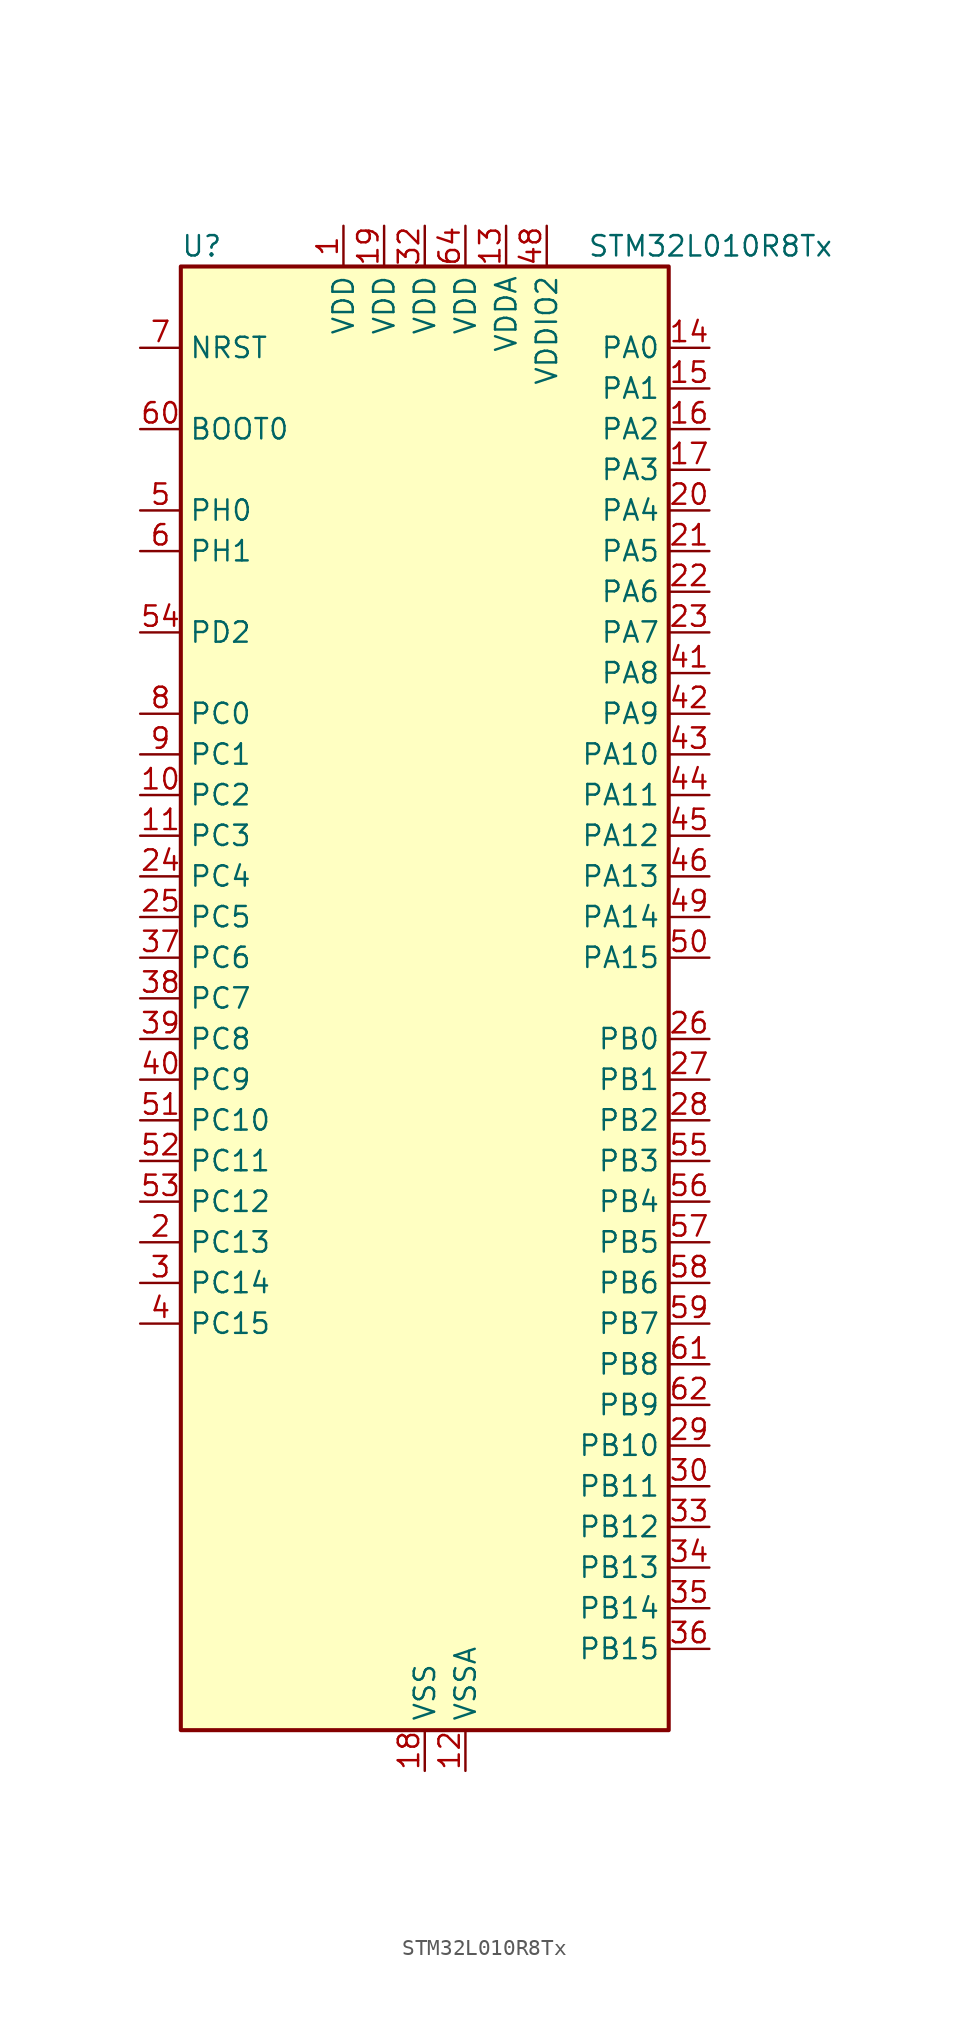
<source format=kicad_sym>
(kicad_symbol_lib
  (version 20241209)
  (generator "kicad_symbol_editor")
  (generator_version "9.0")
  (symbol "STM32L010R8Tx"
    (property "Reference" "U"
      (at -15.24 46.99 0)
      (effects (font (size 1.27 1.27)) (justify left)))
    (property "Value" "STM32L010R8Tx"
      (at 10.16 46.99 0)
      (effects (font (size 1.27 1.27)) (justify left)))
    (symbol "STM32L010R8Tx_0_1"
      (rectangle (start -15.24 -45.72) (end 15.24 45.72) (stroke (width 0.254) (type default)) (fill (type background))))
    (symbol "STM32L010R8Tx_1_1"
      (pin input line (at -17.78 40.64 0) (length 2.54) (name "NRST" (effects (font (size 1.27 1.27)))) (number "7" (effects (font (size 1.27 1.27)))))
      (pin input line (at -17.78 35.56 0) (length 2.54) (name "BOOT0" (effects (font (size 1.27 1.27)))) (number "60" (effects (font (size 1.27 1.27)))))
      (pin bidirectional line (at -17.78 30.48 0) (length 2.54) (name "PH0" (effects (font (size 1.27 1.27)))) (number "5" (effects (font (size 1.27 1.27)))) (alternate "RCC_OSC_IN" bidirectional line))
      (pin bidirectional line (at -17.78 27.94 0) (length 2.54) (name "PH1" (effects (font (size 1.27 1.27)))) (number "6" (effects (font (size 1.27 1.27)))) (alternate "RCC_OSC_OUT" bidirectional line))
      (pin bidirectional line (at -17.78 22.86 0) (length 2.54) (name "PD2" (effects (font (size 1.27 1.27)))) (number "54" (effects (font (size 1.27 1.27)))) (alternate "LPUART1_DE" bidirectional line) (alternate "LPUART1_RTS" bidirectional line))
      (pin bidirectional line (at -17.78 17.78 0) (length 2.54) (name "PC0" (effects (font (size 1.27 1.27)))) (number "8" (effects (font (size 1.27 1.27)))) (alternate "ADC_IN10" bidirectional line) (alternate "LPTIM1_IN1" bidirectional line))
      (pin bidirectional line (at -17.78 15.24 0) (length 2.54) (name "PC1" (effects (font (size 1.27 1.27)))) (number "9" (effects (font (size 1.27 1.27)))) (alternate "ADC_IN11" bidirectional line) (alternate "LPTIM1_OUT" bidirectional line))
      (pin bidirectional line (at -17.78 12.7 0) (length 2.54) (name "PC2" (effects (font (size 1.27 1.27)))) (number "10" (effects (font (size 1.27 1.27)))) (alternate "ADC_IN12" bidirectional line) (alternate "LPTIM1_IN2" bidirectional line))
      (pin bidirectional line (at -17.78 10.16 0) (length 2.54) (name "PC3" (effects (font (size 1.27 1.27)))) (number "11" (effects (font (size 1.27 1.27)))) (alternate "ADC_IN13" bidirectional line) (alternate "LPTIM1_ETR" bidirectional line))
      (pin bidirectional line (at -17.78 7.62 0) (length 2.54) (name "PC4" (effects (font (size 1.27 1.27)))) (number "24" (effects (font (size 1.27 1.27)))) (alternate "ADC_IN14" bidirectional line) (alternate "LPUART1_TX" bidirectional line))
      (pin bidirectional line (at -17.78 5.08 0) (length 2.54) (name "PC5" (effects (font (size 1.27 1.27)))) (number "25" (effects (font (size 1.27 1.27)))) (alternate "ADC_IN15" bidirectional line) (alternate "LPUART1_RX" bidirectional line))
      (pin bidirectional line (at -17.78 2.54 0) (length 2.54) (name "PC6" (effects (font (size 1.27 1.27)))) (number "37" (effects (font (size 1.27 1.27)))))
      (pin bidirectional line (at -17.78 0 0) (length 2.54) (name "PC7" (effects (font (size 1.27 1.27)))) (number "38" (effects (font (size 1.27 1.27)))))
      (pin bidirectional line (at -17.78 -2.54 0) (length 2.54) (name "PC8" (effects (font (size 1.27 1.27)))) (number "39" (effects (font (size 1.27 1.27)))))
      (pin bidirectional line (at -17.78 -5.08 0) (length 2.54) (name "PC9" (effects (font (size 1.27 1.27)))) (number "40" (effects (font (size 1.27 1.27)))) (alternate "TIM21_ETR" bidirectional line))
      (pin bidirectional line (at -17.78 -7.62 0) (length 2.54) (name "PC10" (effects (font (size 1.27 1.27)))) (number "51" (effects (font (size 1.27 1.27)))) (alternate "LPUART1_TX" bidirectional line))
      (pin bidirectional line (at -17.78 -10.16 0) (length 2.54) (name "PC11" (effects (font (size 1.27 1.27)))) (number "52" (effects (font (size 1.27 1.27)))) (alternate "ADC_EXTI11" bidirectional line) (alternate "LPUART1_RX" bidirectional line))
      (pin bidirectional line (at -17.78 -12.7 0) (length 2.54) (name "PC12" (effects (font (size 1.27 1.27)))) (number "53" (effects (font (size 1.27 1.27)))))
      (pin bidirectional line (at -17.78 -15.24 0) (length 2.54) (name "PC13" (effects (font (size 1.27 1.27)))) (number "2" (effects (font (size 1.27 1.27)))) (alternate "RTC_OUT_ALARM" bidirectional line) (alternate "RTC_OUT_CALIB" bidirectional line) (alternate "RTC_TAMP1" bidirectional line) (alternate "RTC_TS" bidirectional line) (alternate "SYS_WKUP2" bidirectional line))
      (pin bidirectional line (at -17.78 -17.78 0) (length 2.54) (name "PC14" (effects (font (size 1.27 1.27)))) (number "3" (effects (font (size 1.27 1.27)))) (alternate "RCC_OSC32_IN" bidirectional line))
      (pin bidirectional line (at -17.78 -20.32 0) (length 2.54) (name "PC15" (effects (font (size 1.27 1.27)))) (number "4" (effects (font (size 1.27 1.27)))) (alternate "RCC_OSC32_OUT" bidirectional line))
      (pin power_in line (at -5.08 48.26 270) (length 2.54) (name "VDD" (effects (font (size 1.27 1.27)))) (number "1" (effects (font (size 1.27 1.27)))))
      (pin power_in line (at -2.54 48.26 270) (length 2.54) (name "VDD" (effects (font (size 1.27 1.27)))) (number "19" (effects (font (size 1.27 1.27)))))
      (pin power_in line (at 0 48.26 270) (length 2.54) (name "VDD" (effects (font (size 1.27 1.27)))) (number "32" (effects (font (size 1.27 1.27)))))
      (pin power_in line (at 0 -48.26 90) (length 2.54) (name "VSS" (effects (font (size 1.27 1.27)))) (number "18" (effects (font (size 1.27 1.27)))))
      (pin passive line (at 0 -48.26 90) (length 2.54) (hide yes) (name "VSS" (effects (font (size 1.27 1.27)))) (number "31" (effects (font (size 1.27 1.27)))))
      (pin passive line (at 0 -48.26 90) (length 2.54) (hide yes) (name "VSS" (effects (font (size 1.27 1.27)))) (number "47" (effects (font (size 1.27 1.27)))))
      (pin passive line (at 0 -48.26 90) (length 2.54) (hide yes) (name "VSS" (effects (font (size 1.27 1.27)))) (number "63" (effects (font (size 1.27 1.27)))))
      (pin power_in line (at 2.54 48.26 270) (length 2.54) (name "VDD" (effects (font (size 1.27 1.27)))) (number "64" (effects (font (size 1.27 1.27)))))
      (pin power_in line (at 2.54 -48.26 90) (length 2.54) (name "VSSA" (effects (font (size 1.27 1.27)))) (number "12" (effects (font (size 1.27 1.27)))))
      (pin power_in line (at 5.08 48.26 270) (length 2.54) (name "VDDA" (effects (font (size 1.27 1.27)))) (number "13" (effects (font (size 1.27 1.27)))))
      (pin power_in line (at 7.62 48.26 270) (length 2.54) (name "VDDIO2" (effects (font (size 1.27 1.27)))) (number "48" (effects (font (size 1.27 1.27)))))
      (pin bidirectional line (at 17.78 40.64 180) (length 2.54) (name "PA0" (effects (font (size 1.27 1.27)))) (number "14" (effects (font (size 1.27 1.27)))) (alternate "ADC_IN0" bidirectional line) (alternate "RTC_TAMP2" bidirectional line) (alternate "SYS_WKUP1" bidirectional line) (alternate "TIM2_CH1" bidirectional line) (alternate "TIM2_ETR" bidirectional line) (alternate "USART2_CTS" bidirectional line))
      (pin bidirectional line (at 17.78 38.1 180) (length 2.54) (name "PA1" (effects (font (size 1.27 1.27)))) (number "15" (effects (font (size 1.27 1.27)))) (alternate "ADC_IN1" bidirectional line) (alternate "TIM21_ETR" bidirectional line) (alternate "TIM2_CH2" bidirectional line) (alternate "USART2_DE" bidirectional line) (alternate "USART2_RTS" bidirectional line))
      (pin bidirectional line (at 17.78 35.56 180) (length 2.54) (name "PA2" (effects (font (size 1.27 1.27)))) (number "16" (effects (font (size 1.27 1.27)))) (alternate "ADC_IN2" bidirectional line) (alternate "TIM21_CH1" bidirectional line) (alternate "TIM2_CH3" bidirectional line) (alternate "USART2_TX" bidirectional line))
      (pin bidirectional line (at 17.78 33.02 180) (length 2.54) (name "PA3" (effects (font (size 1.27 1.27)))) (number "17" (effects (font (size 1.27 1.27)))) (alternate "ADC_IN3" bidirectional line) (alternate "TIM21_CH2" bidirectional line) (alternate "TIM2_CH4" bidirectional line) (alternate "USART2_RX" bidirectional line))
      (pin bidirectional line (at 17.78 30.48 180) (length 2.54) (name "PA4" (effects (font (size 1.27 1.27)))) (number "20" (effects (font (size 1.27 1.27)))) (alternate "ADC_IN4" bidirectional line) (alternate "SPI1_NSS" bidirectional line) (alternate "USART2_CK" bidirectional line))
      (pin bidirectional line (at 17.78 27.94 180) (length 2.54) (name "PA5" (effects (font (size 1.27 1.27)))) (number "21" (effects (font (size 1.27 1.27)))) (alternate "ADC_IN5" bidirectional line) (alternate "SPI1_SCK" bidirectional line) (alternate "TIM2_CH1" bidirectional line) (alternate "TIM2_ETR" bidirectional line))
      (pin bidirectional line (at 17.78 25.4 180) (length 2.54) (name "PA6" (effects (font (size 1.27 1.27)))) (number "22" (effects (font (size 1.27 1.27)))) (alternate "ADC_IN6" bidirectional line) (alternate "LPUART1_CTS" bidirectional line) (alternate "SPI1_MISO" bidirectional line))
      (pin bidirectional line (at 17.78 22.86 180) (length 2.54) (name "PA7" (effects (font (size 1.27 1.27)))) (number "23" (effects (font (size 1.27 1.27)))) (alternate "ADC_IN7" bidirectional line) (alternate "SPI1_MOSI" bidirectional line))
      (pin bidirectional line (at 17.78 20.32 180) (length 2.54) (name "PA8" (effects (font (size 1.27 1.27)))) (number "41" (effects (font (size 1.27 1.27)))) (alternate "RCC_MCO" bidirectional line))
      (pin bidirectional line (at 17.78 17.78 180) (length 2.54) (name "PA9" (effects (font (size 1.27 1.27)))) (number "42" (effects (font (size 1.27 1.27)))) (alternate "RCC_MCO" bidirectional line))
      (pin bidirectional line (at 17.78 15.24 180) (length 2.54) (name "PA10" (effects (font (size 1.27 1.27)))) (number "43" (effects (font (size 1.27 1.27)))))
      (pin bidirectional line (at 17.78 12.7 180) (length 2.54) (name "PA11" (effects (font (size 1.27 1.27)))) (number "44" (effects (font (size 1.27 1.27)))) (alternate "ADC_EXTI11" bidirectional line) (alternate "SPI1_MISO" bidirectional line))
      (pin bidirectional line (at 17.78 10.16 180) (length 2.54) (name "PA12" (effects (font (size 1.27 1.27)))) (number "45" (effects (font (size 1.27 1.27)))) (alternate "SPI1_MOSI" bidirectional line))
      (pin bidirectional line (at 17.78 7.62 180) (length 2.54) (name "PA13" (effects (font (size 1.27 1.27)))) (number "46" (effects (font (size 1.27 1.27)))) (alternate "SYS_SWDIO" bidirectional line))
      (pin bidirectional line (at 17.78 5.08 180) (length 2.54) (name "PA14" (effects (font (size 1.27 1.27)))) (number "49" (effects (font (size 1.27 1.27)))) (alternate "SYS_SWCLK" bidirectional line) (alternate "USART2_TX" bidirectional line))
      (pin bidirectional line (at 17.78 2.54 180) (length 2.54) (name "PA15" (effects (font (size 1.27 1.27)))) (number "50" (effects (font (size 1.27 1.27)))) (alternate "SPI1_NSS" bidirectional line) (alternate "TIM2_CH1" bidirectional line) (alternate "TIM2_ETR" bidirectional line) (alternate "USART2_RX" bidirectional line))
      (pin bidirectional line (at 17.78 -2.54 180) (length 2.54) (name "PB0" (effects (font (size 1.27 1.27)))) (number "26" (effects (font (size 1.27 1.27)))) (alternate "ADC_IN8" bidirectional line) (alternate "SYS_VREF_OUT_PB0" bidirectional line))
      (pin bidirectional line (at 17.78 -5.08 180) (length 2.54) (name "PB1" (effects (font (size 1.27 1.27)))) (number "27" (effects (font (size 1.27 1.27)))) (alternate "ADC_IN9" bidirectional line) (alternate "LPUART1_DE" bidirectional line) (alternate "LPUART1_RTS" bidirectional line) (alternate "SYS_VREF_OUT_PB1" bidirectional line))
      (pin bidirectional line (at 17.78 -7.62 180) (length 2.54) (name "PB2" (effects (font (size 1.27 1.27)))) (number "28" (effects (font (size 1.27 1.27)))) (alternate "LPTIM1_OUT" bidirectional line))
      (pin bidirectional line (at 17.78 -10.16 180) (length 2.54) (name "PB3" (effects (font (size 1.27 1.27)))) (number "55" (effects (font (size 1.27 1.27)))) (alternate "SPI1_SCK" bidirectional line) (alternate "TIM2_CH2" bidirectional line))
      (pin bidirectional line (at 17.78 -12.7 180) (length 2.54) (name "PB4" (effects (font (size 1.27 1.27)))) (number "56" (effects (font (size 1.27 1.27)))) (alternate "SPI1_MISO" bidirectional line))
      (pin bidirectional line (at 17.78 -15.24 180) (length 2.54) (name "PB5" (effects (font (size 1.27 1.27)))) (number "57" (effects (font (size 1.27 1.27)))) (alternate "I2C1_SMBA" bidirectional line) (alternate "LPTIM1_IN1" bidirectional line) (alternate "SPI1_MOSI" bidirectional line))
      (pin bidirectional line (at 17.78 -17.78 180) (length 2.54) (name "PB6" (effects (font (size 1.27 1.27)))) (number "58" (effects (font (size 1.27 1.27)))) (alternate "I2C1_SCL" bidirectional line) (alternate "LPTIM1_ETR" bidirectional line))
      (pin bidirectional line (at 17.78 -20.32 180) (length 2.54) (name "PB7" (effects (font (size 1.27 1.27)))) (number "59" (effects (font (size 1.27 1.27)))) (alternate "I2C1_SDA" bidirectional line) (alternate "LPTIM1_IN2" bidirectional line) (alternate "SYS_PVD_IN" bidirectional line))
      (pin bidirectional line (at 17.78 -22.86 180) (length 2.54) (name "PB8" (effects (font (size 1.27 1.27)))) (number "61" (effects (font (size 1.27 1.27)))) (alternate "I2C1_SCL" bidirectional line))
      (pin bidirectional line (at 17.78 -25.4 180) (length 2.54) (name "PB9" (effects (font (size 1.27 1.27)))) (number "62" (effects (font (size 1.27 1.27)))) (alternate "I2C1_SDA" bidirectional line))
      (pin bidirectional line (at 17.78 -27.94 180) (length 2.54) (name "PB10" (effects (font (size 1.27 1.27)))) (number "29" (effects (font (size 1.27 1.27)))) (alternate "LPUART1_TX" bidirectional line) (alternate "TIM2_CH3" bidirectional line))
      (pin bidirectional line (at 17.78 -30.48 180) (length 2.54) (name "PB11" (effects (font (size 1.27 1.27)))) (number "30" (effects (font (size 1.27 1.27)))) (alternate "ADC_EXTI11" bidirectional line) (alternate "LPUART1_RX" bidirectional line) (alternate "TIM2_CH4" bidirectional line))
      (pin bidirectional line (at 17.78 -33.02 180) (length 2.54) (name "PB12" (effects (font (size 1.27 1.27)))) (number "33" (effects (font (size 1.27 1.27)))) (alternate "LPUART1_DE" bidirectional line) (alternate "LPUART1_RTS" bidirectional line))
      (pin bidirectional line (at 17.78 -35.56 180) (length 2.54) (name "PB13" (effects (font (size 1.27 1.27)))) (number "34" (effects (font (size 1.27 1.27)))) (alternate "LPUART1_CTS" bidirectional line) (alternate "TIM21_CH1" bidirectional line))
      (pin bidirectional line (at 17.78 -38.1 180) (length 2.54) (name "PB14" (effects (font (size 1.27 1.27)))) (number "35" (effects (font (size 1.27 1.27)))) (alternate "LPUART1_DE" bidirectional line) (alternate "LPUART1_RTS" bidirectional line) (alternate "RTC_OUT_ALARM" bidirectional line) (alternate "RTC_OUT_CALIB" bidirectional line) (alternate "TIM21_CH2" bidirectional line))
      (pin bidirectional line (at 17.78 -40.64 180) (length 2.54) (name "PB15" (effects (font (size 1.27 1.27)))) (number "36" (effects (font (size 1.27 1.27)))) (alternate "RTC_REFIN" bidirectional line)))))
</source>
